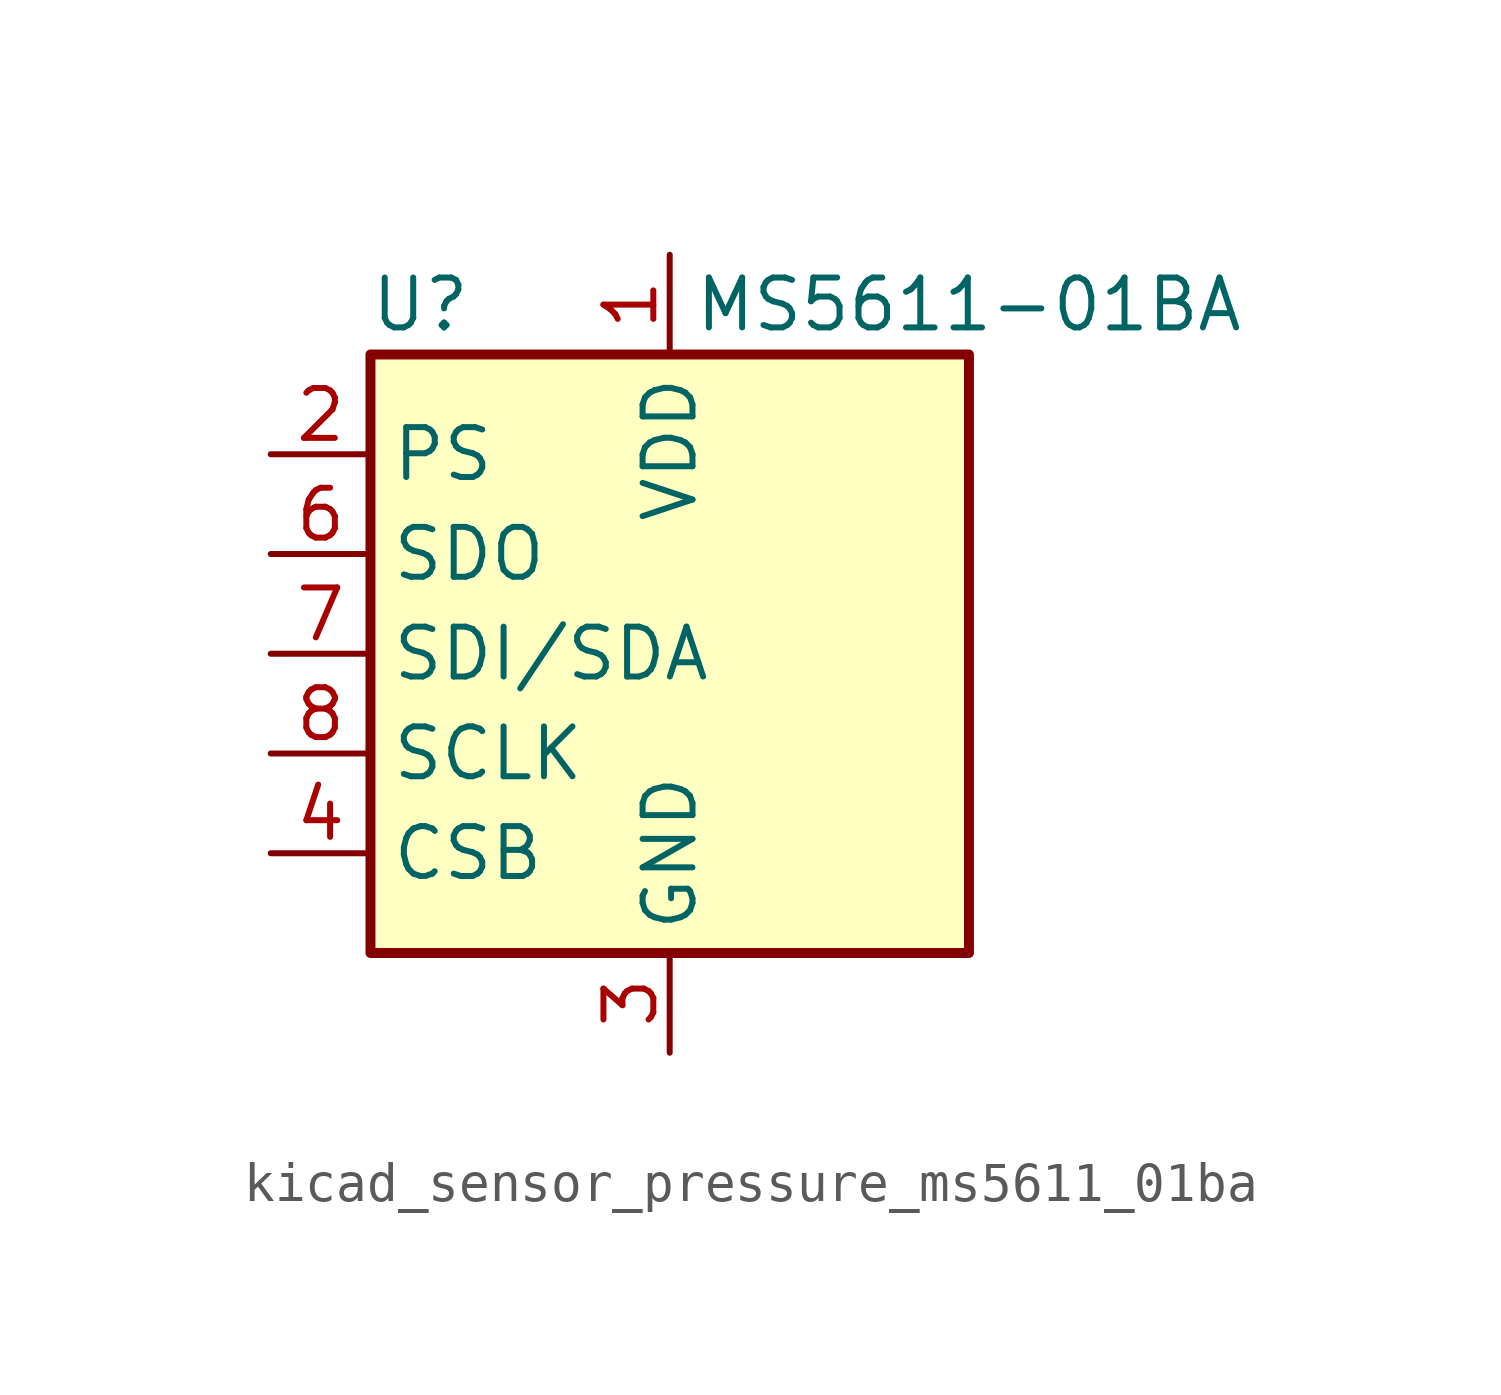
<source format=kicad_sym>
(kicad_symbol_lib
  (version 20220914)
  (generator kicad_symbol_editor)
  (symbol "kicad_sensor_pressure_ms5611_01ba"
    (property "Reference" "U"
      (at -6.35 8.89 0)
      (effects (font (size 1.27 1.27))))
    (property "Value" "MS5611-01BA"
      (at 7.62 8.89 0)
      (effects (font (size 1.27 1.27))))
    (symbol "kicad_sensor_pressure_ms5611_01ba_0_1"
      (rectangle (start -7.62 7.62) (end 7.62 -7.62) (stroke (width 0.254) (type default)) (fill (type background))))
    (symbol "kicad_sensor_pressure_ms5611_01ba_1_1"
      (pin power_in line (at 0 10.16 270) (length 2.54) (name "VDD" (effects (font (size 1.27 1.27)))) (number "1" (effects (font (size 1.27 1.27)))))
      (pin input line (at -10.16 5.08 0) (length 2.54) (name "PS" (effects (font (size 1.27 1.27)))) (number "2" (effects (font (size 1.27 1.27)))))
      (pin power_in line (at 0 -10.16 90) (length 2.54) (name "GND" (effects (font (size 1.27 1.27)))) (number "3" (effects (font (size 1.27 1.27)))))
      (pin input line (at -10.16 -5.08 0) (length 2.54) (name "CSB" (effects (font (size 1.27 1.27)))) (number "4" (effects (font (size 1.27 1.27)))))
      (pin input line (at -10.16 -5.08 0) (length 2.54) hide (name "CSB" (effects (font (size 1.27 1.27)))) (number "5" (effects (font (size 1.27 1.27)))))
      (pin output line (at -10.16 2.54 0) (length 2.54) (name "SDO" (effects (font (size 1.27 1.27)))) (number "6" (effects (font (size 1.27 1.27)))))
      (pin bidirectional line (at -10.16 0 0) (length 2.54) (name "SDI/SDA" (effects (font (size 1.27 1.27)))) (number "7" (effects (font (size 1.27 1.27)))))
      (pin input line (at -10.16 -2.54 0) (length 2.54) (name "SCLK" (effects (font (size 1.27 1.27)))) (number "8" (effects (font (size 1.27 1.27))))))))
</source>
